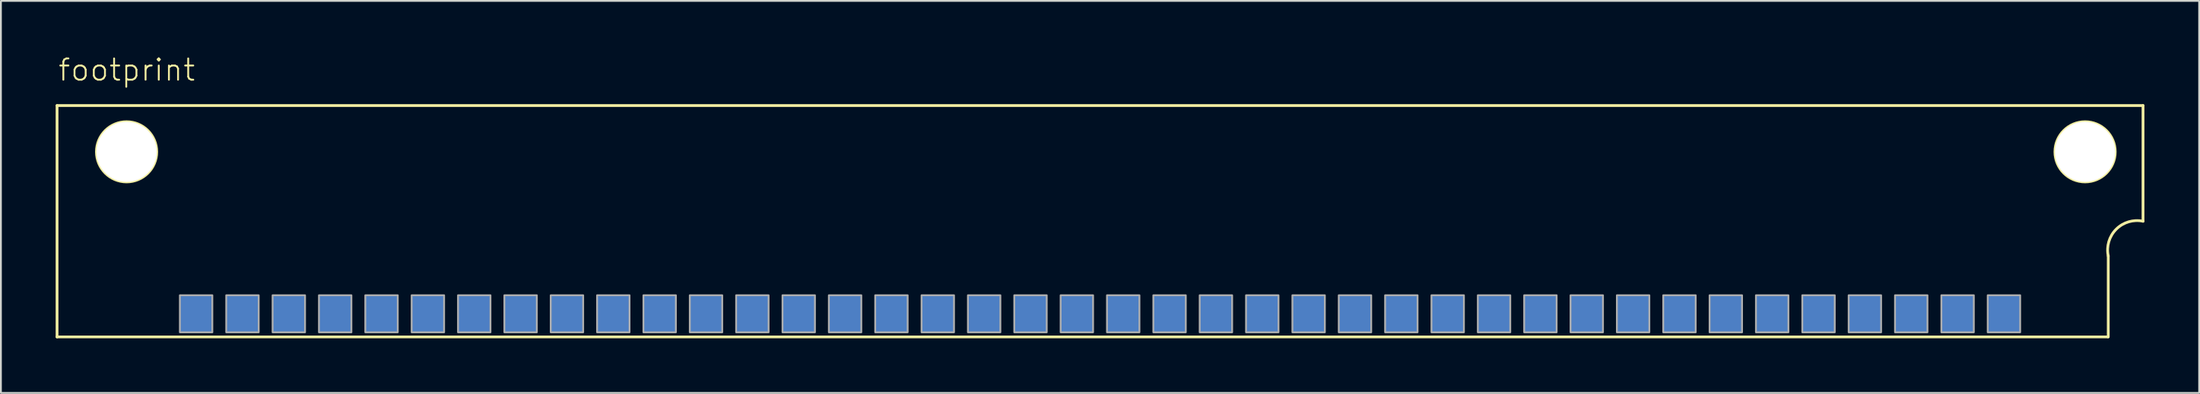
<source format=kicad_pcb>
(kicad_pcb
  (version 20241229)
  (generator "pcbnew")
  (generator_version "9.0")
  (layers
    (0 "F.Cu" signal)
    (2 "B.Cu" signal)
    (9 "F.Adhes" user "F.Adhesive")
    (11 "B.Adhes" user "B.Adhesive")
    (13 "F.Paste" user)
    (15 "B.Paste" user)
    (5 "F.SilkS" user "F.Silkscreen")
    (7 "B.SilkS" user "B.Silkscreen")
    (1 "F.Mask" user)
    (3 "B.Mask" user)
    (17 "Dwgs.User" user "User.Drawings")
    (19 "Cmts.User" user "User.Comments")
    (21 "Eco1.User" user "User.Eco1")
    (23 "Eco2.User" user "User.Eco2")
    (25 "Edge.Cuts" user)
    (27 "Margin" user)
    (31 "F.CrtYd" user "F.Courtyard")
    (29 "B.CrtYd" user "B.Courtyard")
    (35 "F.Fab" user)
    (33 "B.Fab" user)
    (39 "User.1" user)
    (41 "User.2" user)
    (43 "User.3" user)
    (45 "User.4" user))
  (footprint "footprint"
    (layer "F.Cu")
    (at 57.226 7.823)
    (property "Reference" "footprint" (at -57.15 -6.35 0) (layer "F.SilkS") (effects (font (size 1.168 1.168) (thickness 0.102)) (justify left bottom)))
    (fp_line (start -57.15 -5.08) (end -57.15 7.62) (stroke (width 0.152) (type solid)) (layer "F.SilkS"))
    (fp_line (start -57.15 -5.08) (end 57.15 -5.08) (stroke (width 0.152) (type solid)) (layer "F.SilkS"))
    (fp_line (start -57.15 7.62) (end 55.22 7.62) (stroke (width 0.152) (type solid)) (layer "F.SilkS"))
    (fp_line (start 55.245 7.62) (end 55.245 3.175) (stroke (width 0.152) (type solid)) (layer "F.SilkS"))
    (fp_line (start 57.15 -5.08) (end 57.15 1.27) (stroke (width 0.152) (type solid)) (layer "F.SilkS"))
    (fp_arc (start 55.245 3.175) (mid 55.682033 1.707033) (end 57.15 1.27) (stroke (width 0.1524) (type solid)) (layer "F.SilkS"))
    (fp_circle (center -53.34 -2.54) (end -51.689 -2.54) (stroke (width 0.152) (type solid)) (fill no) (layer "F.SilkS"))
    (fp_circle (center 53.975 -2.54) (end 55.626 -2.54) (stroke (width 0.152) (type solid)) (fill no) (layer "F.SilkS"))
    (fp_poly (pts (xy -50.419 7.366) (xy -48.641 7.366) (xy -48.641 5.334) (xy -50.419 5.334)) (stroke (width 0.1) (type solid)) (fill no) (layer "F.Fab"))
    (fp_poly (pts (xy -47.879 7.366) (xy -46.101 7.366) (xy -46.101 5.334) (xy -47.879 5.334)) (stroke (width 0.1) (type solid)) (fill no) (layer "F.Fab"))
    (fp_poly (pts (xy -45.339 7.366) (xy -43.561 7.366) (xy -43.561 5.334) (xy -45.339 5.334)) (stroke (width 0.1) (type solid)) (fill no) (layer "F.Fab"))
    (fp_poly (pts (xy -42.799 7.366) (xy -41.021 7.366) (xy -41.021 5.334) (xy -42.799 5.334)) (stroke (width 0.1) (type solid)) (fill no) (layer "F.Fab"))
    (fp_poly (pts (xy -40.259 7.366) (xy -38.481 7.366) (xy -38.481 5.334) (xy -40.259 5.334)) (stroke (width 0.1) (type solid)) (fill no) (layer "F.Fab"))
    (fp_poly (pts (xy -37.719 7.366) (xy -35.941 7.366) (xy -35.941 5.334) (xy -37.719 5.334)) (stroke (width 0.1) (type solid)) (fill no) (layer "F.Fab"))
    (fp_poly (pts (xy -35.179 7.366) (xy -33.401 7.366) (xy -33.401 5.334) (xy -35.179 5.334)) (stroke (width 0.1) (type solid)) (fill no) (layer "F.Fab"))
    (fp_poly (pts (xy -32.639 7.366) (xy -30.861 7.366) (xy -30.861 5.334) (xy -32.639 5.334)) (stroke (width 0.1) (type solid)) (fill no) (layer "F.Fab"))
    (fp_poly (pts (xy -30.099 7.366) (xy -28.321 7.366) (xy -28.321 5.334) (xy -30.099 5.334)) (stroke (width 0.1) (type solid)) (fill no) (layer "F.Fab"))
    (fp_poly (pts (xy -27.559 7.366) (xy -25.781 7.366) (xy -25.781 5.334) (xy -27.559 5.334)) (stroke (width 0.1) (type solid)) (fill no) (layer "F.Fab"))
    (fp_poly (pts (xy -25.019 7.366) (xy -23.241 7.366) (xy -23.241 5.334) (xy -25.019 5.334)) (stroke (width 0.1) (type solid)) (fill no) (layer "F.Fab"))
    (fp_poly (pts (xy -22.479 7.366) (xy -20.701 7.366) (xy -20.701 5.334) (xy -22.479 5.334)) (stroke (width 0.1) (type solid)) (fill no) (layer "F.Fab"))
    (fp_poly (pts (xy -19.939 7.366) (xy -18.161 7.366) (xy -18.161 5.334) (xy -19.939 5.334)) (stroke (width 0.1) (type solid)) (fill no) (layer "F.Fab"))
    (fp_poly (pts (xy -17.399 7.366) (xy -15.621 7.366) (xy -15.621 5.334) (xy -17.399 5.334)) (stroke (width 0.1) (type solid)) (fill no) (layer "F.Fab"))
    (fp_poly (pts (xy -14.859 7.366) (xy -13.081 7.366) (xy -13.081 5.334) (xy -14.859 5.334)) (stroke (width 0.1) (type solid)) (fill no) (layer "F.Fab"))
    (fp_poly (pts (xy -12.319 7.366) (xy -10.541 7.366) (xy -10.541 5.334) (xy -12.319 5.334)) (stroke (width 0.1) (type solid)) (fill no) (layer "F.Fab"))
    (fp_poly (pts (xy -9.779 7.366) (xy -8.001 7.366) (xy -8.001 5.334) (xy -9.779 5.334)) (stroke (width 0.1) (type solid)) (fill no) (layer "F.Fab"))
    (fp_poly (pts (xy -7.239 7.366) (xy -5.461 7.366) (xy -5.461 5.334) (xy -7.239 5.334)) (stroke (width 0.1) (type solid)) (fill no) (layer "F.Fab"))
    (fp_poly (pts (xy -4.699 7.366) (xy -2.921 7.366) (xy -2.921 5.334) (xy -4.699 5.334)) (stroke (width 0.1) (type solid)) (fill no) (layer "F.Fab"))
    (fp_poly (pts (xy -2.159 7.366) (xy -0.381 7.366) (xy -0.381 5.334) (xy -2.159 5.334)) (stroke (width 0.1) (type solid)) (fill no) (layer "F.Fab"))
    (fp_poly (pts (xy 0.381 7.366) (xy 2.159 7.366) (xy 2.159 5.334) (xy 0.381 5.334)) (stroke (width 0.1) (type solid)) (fill no) (layer "F.Fab"))
    (fp_poly (pts (xy 2.921 7.366) (xy 4.699 7.366) (xy 4.699 5.334) (xy 2.921 5.334)) (stroke (width 0.1) (type solid)) (fill no) (layer "F.Fab"))
    (fp_poly (pts (xy 5.461 7.366) (xy 7.239 7.366) (xy 7.239 5.334) (xy 5.461 5.334)) (stroke (width 0.1) (type solid)) (fill no) (layer "F.Fab"))
    (fp_poly (pts (xy 8.001 7.366) (xy 9.779 7.366) (xy 9.779 5.334) (xy 8.001 5.334)) (stroke (width 0.1) (type solid)) (fill no) (layer "F.Fab"))
    (fp_poly (pts (xy 10.541 7.366) (xy 12.319 7.366) (xy 12.319 5.334) (xy 10.541 5.334)) (stroke (width 0.1) (type solid)) (fill no) (layer "F.Fab"))
    (fp_poly (pts (xy 13.081 7.366) (xy 14.859 7.366) (xy 14.859 5.334) (xy 13.081 5.334)) (stroke (width 0.1) (type solid)) (fill no) (layer "F.Fab"))
    (fp_poly (pts (xy 15.621 7.366) (xy 17.399 7.366) (xy 17.399 5.334) (xy 15.621 5.334)) (stroke (width 0.1) (type solid)) (fill no) (layer "F.Fab"))
    (fp_poly (pts (xy 18.161 7.366) (xy 19.939 7.366) (xy 19.939 5.334) (xy 18.161 5.334)) (stroke (width 0.1) (type solid)) (fill no) (layer "F.Fab"))
    (fp_poly (pts (xy 20.701 7.366) (xy 22.479 7.366) (xy 22.479 5.334) (xy 20.701 5.334)) (stroke (width 0.1) (type solid)) (fill no) (layer "F.Fab"))
    (fp_poly (pts (xy 23.241 7.366) (xy 25.019 7.366) (xy 25.019 5.334) (xy 23.241 5.334)) (stroke (width 0.1) (type solid)) (fill no) (layer "F.Fab"))
    (fp_poly (pts (xy 25.781 7.366) (xy 27.559 7.366) (xy 27.559 5.334) (xy 25.781 5.334)) (stroke (width 0.1) (type solid)) (fill no) (layer "F.Fab"))
    (fp_poly (pts (xy 28.321 7.366) (xy 30.099 7.366) (xy 30.099 5.334) (xy 28.321 5.334)) (stroke (width 0.1) (type solid)) (fill no) (layer "F.Fab"))
    (fp_poly (pts (xy 30.861 7.366) (xy 32.639 7.366) (xy 32.639 5.334) (xy 30.861 5.334)) (stroke (width 0.1) (type solid)) (fill no) (layer "F.Fab"))
    (fp_poly (pts (xy 33.401 7.366) (xy 35.179 7.366) (xy 35.179 5.334) (xy 33.401 5.334)) (stroke (width 0.1) (type solid)) (fill no) (layer "F.Fab"))
    (fp_poly (pts (xy 35.941 7.366) (xy 37.719 7.366) (xy 37.719 5.334) (xy 35.941 5.334)) (stroke (width 0.1) (type solid)) (fill no) (layer "F.Fab"))
    (fp_poly (pts (xy 38.481 7.366) (xy 40.259 7.366) (xy 40.259 5.334) (xy 38.481 5.334)) (stroke (width 0.1) (type solid)) (fill no) (layer "F.Fab"))
    (fp_poly (pts (xy 41.021 7.366) (xy 42.799 7.366) (xy 42.799 5.334) (xy 41.021 5.334)) (stroke (width 0.1) (type solid)) (fill no) (layer "F.Fab"))
    (fp_poly (pts (xy 43.561 7.366) (xy 45.339 7.366) (xy 45.339 5.334) (xy 43.561 5.334)) (stroke (width 0.1) (type solid)) (fill no) (layer "F.Fab"))
    (fp_poly (pts (xy 46.101 7.366) (xy 47.879 7.366) (xy 47.879 5.334) (xy 46.101 5.334)) (stroke (width 0.1) (type solid)) (fill no) (layer "F.Fab"))
    (fp_poly (pts (xy 48.641 7.366) (xy 50.419 7.366) (xy 50.419 5.334) (xy 48.641 5.334)) (stroke (width 0.1) (type solid)) (fill no) (layer "F.Fab"))
    (pad "" np_thru_hole circle (at -53.34 -2.54) (size 3.302 3.302) (drill 3.302) (layers "*.Cu" "*.Mask"))
    (pad "" np_thru_hole circle (at 53.975 -2.54) (size 3.302 3.302) (drill 3.302) (layers "*.Cu" "*.Mask"))
    (pad "1B" smd rect (at 49.53 6.35) (size 1.778 2.032) (layers "B.Cu" "B.Mask" "B.Paste"))
    (pad "1T" smd rect (at 49.53 6.35) (size 1.778 2.032) (layers "F.Cu" "F.Mask" "F.Paste"))
    (pad "2B" smd rect (at 46.99 6.35) (size 1.778 2.032) (layers "B.Cu" "B.Mask" "B.Paste"))
    (pad "2T" smd rect (at 46.99 6.35) (size 1.778 2.032) (layers "F.Cu" "F.Mask" "F.Paste"))
    (pad "3B" smd rect (at 44.45 6.35) (size 1.778 2.032) (layers "B.Cu" "B.Mask" "B.Paste"))
    (pad "3T" smd rect (at 44.45 6.35) (size 1.778 2.032) (layers "F.Cu" "F.Mask" "F.Paste"))
    (pad "4B" smd rect (at 41.91 6.35) (size 1.778 2.032) (layers "B.Cu" "B.Mask" "B.Paste"))
    (pad "4T" smd rect (at 41.91 6.35) (size 1.778 2.032) (layers "F.Cu" "F.Mask" "F.Paste"))
    (pad "5B" smd rect (at 39.37 6.35) (size 1.778 2.032) (layers "B.Cu" "B.Mask" "B.Paste"))
    (pad "5T" smd rect (at 39.37 6.35) (size 1.778 2.032) (layers "F.Cu" "F.Mask" "F.Paste"))
    (pad "6B" smd rect (at 36.83 6.35) (size 1.778 2.032) (layers "B.Cu" "B.Mask" "B.Paste"))
    (pad "6T" smd rect (at 36.83 6.35) (size 1.778 2.032) (layers "F.Cu" "F.Mask" "F.Paste"))
    (pad "7B" smd rect (at 34.29 6.35) (size 1.778 2.032) (layers "B.Cu" "B.Mask" "B.Paste"))
    (pad "7T" smd rect (at 34.29 6.35) (size 1.778 2.032) (layers "F.Cu" "F.Mask" "F.Paste"))
    (pad "8B" smd rect (at 31.75 6.35) (size 1.778 2.032) (layers "B.Cu" "B.Mask" "B.Paste"))
    (pad "8T" smd rect (at 31.75 6.35) (size 1.778 2.032) (layers "F.Cu" "F.Mask" "F.Paste"))
    (pad "9B" smd rect (at 29.21 6.35) (size 1.778 2.032) (layers "B.Cu" "B.Mask" "B.Paste"))
    (pad "9T" smd rect (at 29.21 6.35) (size 1.778 2.032) (layers "F.Cu" "F.Mask" "F.Paste"))
    (pad "10B" smd rect (at 26.67 6.35) (size 1.778 2.032) (layers "B.Cu" "B.Mask" "B.Paste"))
    (pad "10T" smd rect (at 26.67 6.35) (size 1.778 2.032) (layers "F.Cu" "F.Mask" "F.Paste"))
    (pad "11B" smd rect (at 24.13 6.35) (size 1.778 2.032) (layers "B.Cu" "B.Mask" "B.Paste"))
    (pad "11T" smd rect (at 24.13 6.35) (size 1.778 2.032) (layers "F.Cu" "F.Mask" "F.Paste"))
    (pad "12B" smd rect (at 21.59 6.35) (size 1.778 2.032) (layers "B.Cu" "B.Mask" "B.Paste"))
    (pad "12T" smd rect (at 21.59 6.35) (size 1.778 2.032) (layers "F.Cu" "F.Mask" "F.Paste"))
    (pad "13B" smd rect (at 19.05 6.35) (size 1.778 2.032) (layers "B.Cu" "B.Mask" "B.Paste"))
    (pad "13T" smd rect (at 19.05 6.35) (size 1.778 2.032) (layers "F.Cu" "F.Mask" "F.Paste"))
    (pad "14B" smd rect (at 16.51 6.35) (size 1.778 2.032) (layers "B.Cu" "B.Mask" "B.Paste"))
    (pad "14T" smd rect (at 16.51 6.35) (size 1.778 2.032) (layers "F.Cu" "F.Mask" "F.Paste"))
    (pad "15B" smd rect (at 13.97 6.35) (size 1.778 2.032) (layers "B.Cu" "B.Mask" "B.Paste"))
    (pad "15T" smd rect (at 13.97 6.35) (size 1.778 2.032) (layers "F.Cu" "F.Mask" "F.Paste"))
    (pad "16B" smd rect (at 11.43 6.35) (size 1.778 2.032) (layers "B.Cu" "B.Mask" "B.Paste"))
    (pad "16T" smd rect (at 11.43 6.35) (size 1.778 2.032) (layers "F.Cu" "F.Mask" "F.Paste"))
    (pad "17B" smd rect (at 8.89 6.35) (size 1.778 2.032) (layers "B.Cu" "B.Mask" "B.Paste"))
    (pad "17T" smd rect (at 8.89 6.35) (size 1.778 2.032) (layers "F.Cu" "F.Mask" "F.Paste"))
    (pad "18B" smd rect (at 6.35 6.35) (size 1.778 2.032) (layers "B.Cu" "B.Mask" "B.Paste"))
    (pad "18T" smd rect (at 6.35 6.35) (size 1.778 2.032) (layers "F.Cu" "F.Mask" "F.Paste"))
    (pad "19B" smd rect (at 3.81 6.35) (size 1.778 2.032) (layers "B.Cu" "B.Mask" "B.Paste"))
    (pad "19T" smd rect (at 3.81 6.35) (size 1.778 2.032) (layers "F.Cu" "F.Mask" "F.Paste"))
    (pad "20B" smd rect (at 1.27 6.35) (size 1.778 2.032) (layers "B.Cu" "B.Mask" "B.Paste"))
    (pad "20T" smd rect (at 1.27 6.35) (size 1.778 2.032) (layers "F.Cu" "F.Mask" "F.Paste"))
    (pad "21B" smd rect (at -1.27 6.35) (size 1.778 2.032) (layers "B.Cu" "B.Mask" "B.Paste"))
    (pad "21T" smd rect (at -1.27 6.35) (size 1.778 2.032) (layers "F.Cu" "F.Mask" "F.Paste"))
    (pad "22B" smd rect (at -3.81 6.35) (size 1.778 2.032) (layers "B.Cu" "B.Mask" "B.Paste"))
    (pad "22T" smd rect (at -3.81 6.35) (size 1.778 2.032) (layers "F.Cu" "F.Mask" "F.Paste"))
    (pad "23B" smd rect (at -6.35 6.35) (size 1.778 2.032) (layers "B.Cu" "B.Mask" "B.Paste"))
    (pad "23T" smd rect (at -6.35 6.35) (size 1.778 2.032) (layers "F.Cu" "F.Mask" "F.Paste"))
    (pad "24B" smd rect (at -8.89 6.35) (size 1.778 2.032) (layers "B.Cu" "B.Mask" "B.Paste"))
    (pad "24T" smd rect (at -8.89 6.35) (size 1.778 2.032) (layers "F.Cu" "F.Mask" "F.Paste"))
    (pad "25B" smd rect (at -11.43 6.35) (size 1.778 2.032) (layers "B.Cu" "B.Mask" "B.Paste"))
    (pad "25T" smd rect (at -11.43 6.35) (size 1.778 2.032) (layers "F.Cu" "F.Mask" "F.Paste"))
    (pad "26B" smd rect (at -13.97 6.35) (size 1.778 2.032) (layers "B.Cu" "B.Mask" "B.Paste"))
    (pad "26T" smd rect (at -13.97 6.35) (size 1.778 2.032) (layers "F.Cu" "F.Mask" "F.Paste"))
    (pad "27B" smd rect (at -16.51 6.35) (size 1.778 2.032) (layers "B.Cu" "B.Mask" "B.Paste"))
    (pad "27T" smd rect (at -16.51 6.35) (size 1.778 2.032) (layers "F.Cu" "F.Mask" "F.Paste"))
    (pad "28B" smd rect (at -19.05 6.35) (size 1.778 2.032) (layers "B.Cu" "B.Mask" "B.Paste"))
    (pad "28T" smd rect (at -19.05 6.35) (size 1.778 2.032) (layers "F.Cu" "F.Mask" "F.Paste"))
    (pad "29B" smd rect (at -21.59 6.35) (size 1.778 2.032) (layers "B.Cu" "B.Mask" "B.Paste"))
    (pad "29T" smd rect (at -21.59 6.35) (size 1.778 2.032) (layers "F.Cu" "F.Mask" "F.Paste"))
    (pad "30B" smd rect (at -24.13 6.35) (size 1.778 2.032) (layers "B.Cu" "B.Mask" "B.Paste"))
    (pad "30T" smd rect (at -24.13 6.35) (size 1.778 2.032) (layers "F.Cu" "F.Mask" "F.Paste"))
    (pad "31B" smd rect (at -26.67 6.35) (size 1.778 2.032) (layers "B.Cu" "B.Mask" "B.Paste"))
    (pad "31T" smd rect (at -26.67 6.35) (size 1.778 2.032) (layers "F.Cu" "F.Mask" "F.Paste"))
    (pad "32B" smd rect (at -29.21 6.35) (size 1.778 2.032) (layers "B.Cu" "B.Mask" "B.Paste"))
    (pad "32T" smd rect (at -29.21 6.35) (size 1.778 2.032) (layers "F.Cu" "F.Mask" "F.Paste"))
    (pad "33B" smd rect (at -31.75 6.35) (size 1.778 2.032) (layers "B.Cu" "B.Mask" "B.Paste"))
    (pad "33T" smd rect (at -31.75 6.35) (size 1.778 2.032) (layers "F.Cu" "F.Mask" "F.Paste"))
    (pad "34B" smd rect (at -34.29 6.35) (size 1.778 2.032) (layers "B.Cu" "B.Mask" "B.Paste"))
    (pad "34T" smd rect (at -34.29 6.35) (size 1.778 2.032) (layers "F.Cu" "F.Mask" "F.Paste"))
    (pad "35B" smd rect (at -36.83 6.35) (size 1.778 2.032) (layers "B.Cu" "B.Mask" "B.Paste"))
    (pad "35T" smd rect (at -36.83 6.35) (size 1.778 2.032) (layers "F.Cu" "F.Mask" "F.Paste"))
    (pad "36B" smd rect (at -39.37 6.35) (size 1.778 2.032) (layers "B.Cu" "B.Mask" "B.Paste"))
    (pad "36T" smd rect (at -39.37 6.35) (size 1.778 2.032) (layers "F.Cu" "F.Mask" "F.Paste"))
    (pad "37B" smd rect (at -41.91 6.35) (size 1.778 2.032) (layers "B.Cu" "B.Mask" "B.Paste"))
    (pad "37T" smd rect (at -41.91 6.35) (size 1.778 2.032) (layers "F.Cu" "F.Mask" "F.Paste"))
    (pad "38B" smd rect (at -44.45 6.35) (size 1.778 2.032) (layers "B.Cu" "B.Mask" "B.Paste"))
    (pad "38T" smd rect (at -44.45 6.35) (size 1.778 2.032) (layers "F.Cu" "F.Mask" "F.Paste"))
    (pad "39B" smd rect (at -46.99 6.35) (size 1.778 2.032) (layers "B.Cu" "B.Mask" "B.Paste"))
    (pad "39T" smd rect (at -46.99 6.35) (size 1.778 2.032) (layers "F.Cu" "F.Mask" "F.Paste"))
    (pad "40B" smd rect (at -49.53 6.35) (size 1.778 2.032) (layers "B.Cu" "B.Mask" "B.Paste"))
    (pad "40T" smd rect (at -49.53 6.35) (size 1.778 2.032) (layers "F.Cu" "F.Mask" "F.Paste")))
  (gr_rect
    (start -3 -3)
    (end 117.452 18.519)
    (stroke (width 0.1) (type default))
    (fill no)
    (layer "Edge.Cuts")))
</source>
